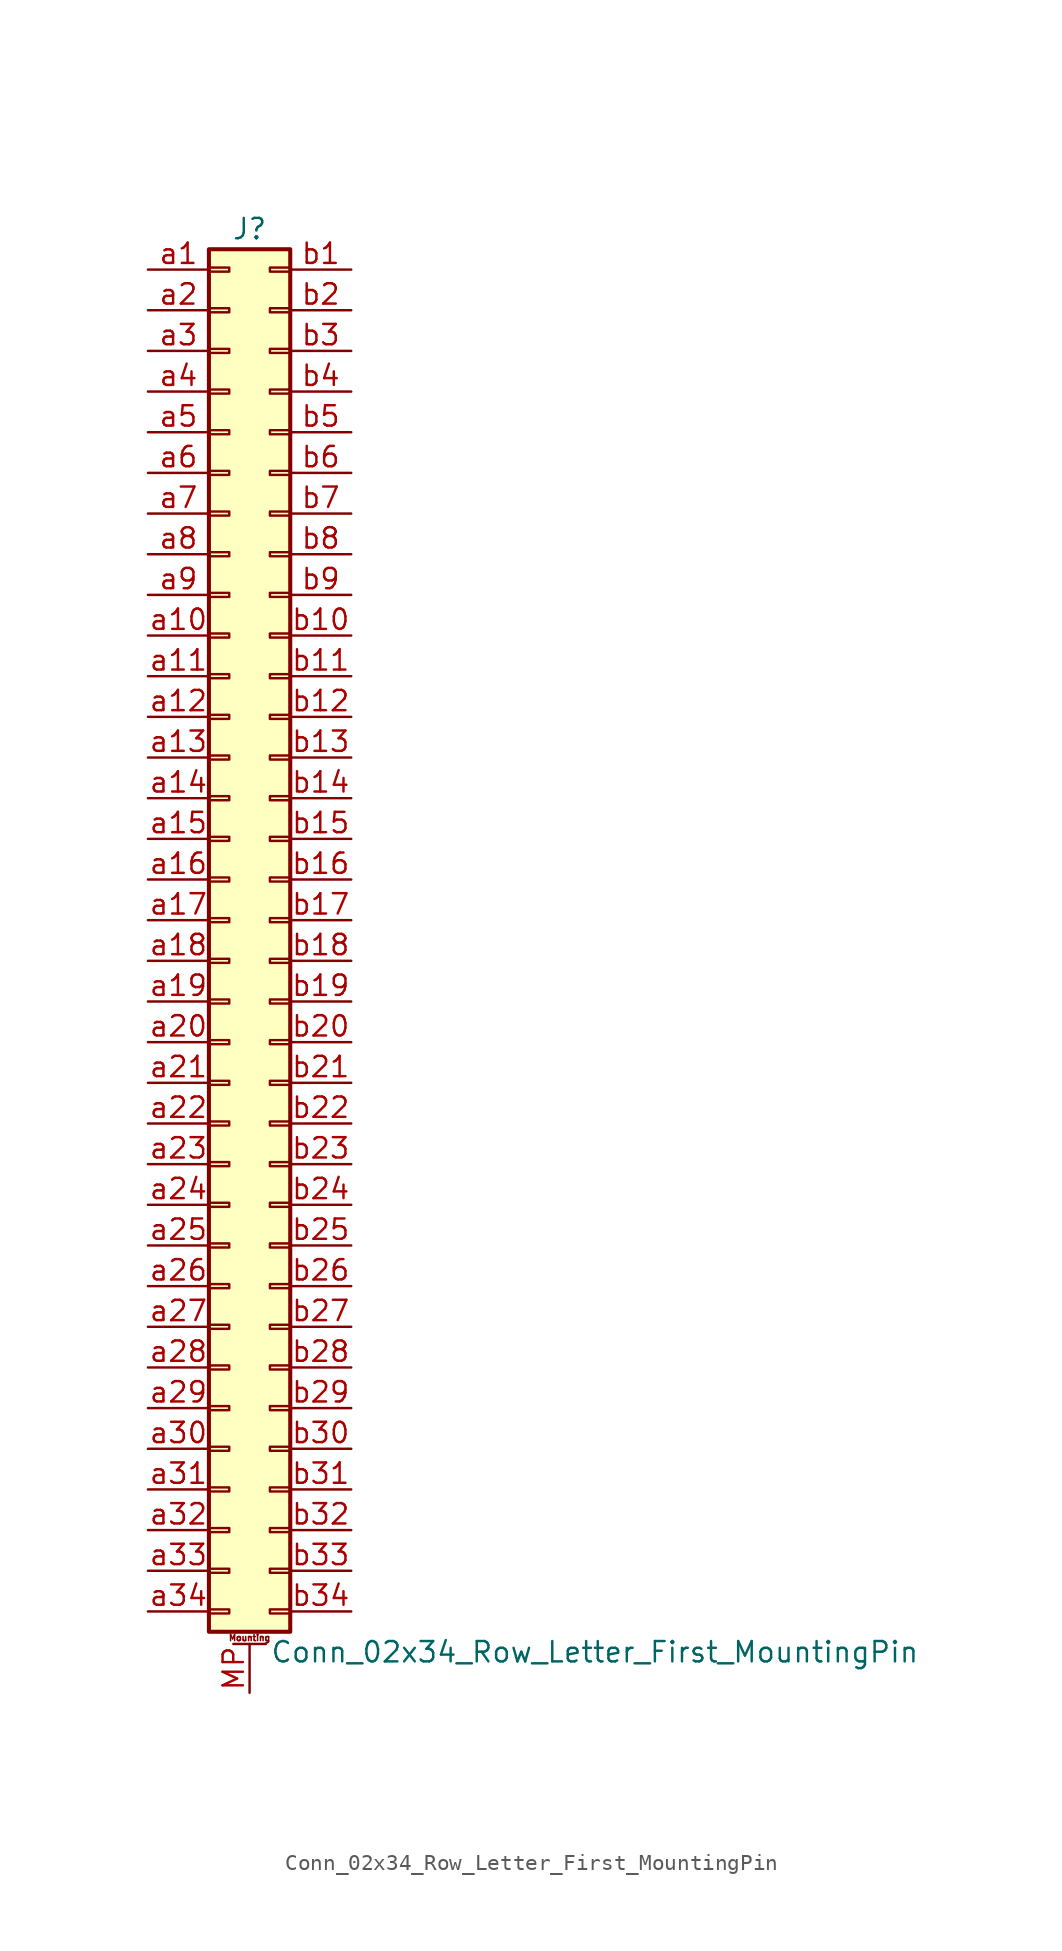
<source format=kicad_sym>
(kicad_symbol_lib
  (version 20211014)
  (generator kicad_symbol_editor)
  (symbol "Conn_02x34_Row_Letter_First_MountingPin"
    (pin_names
      (offset 1.016) hide)
    (property "Reference" "J"
      (at 1.27 43.18 0)
      (effects (font (size 1.27 1.27))))
    (property "Value" "Conn_02x34_Row_Letter_First_MountingPin"
      (at 2.54 -45.72 0)
      (effects (font (size 1.27 1.27)) (justify left)))
    (symbol "Conn_02x34_Row_Letter_First_MountingPin_1_1"
      (rectangle (start -1.27 -43.053) (end 0 -43.307) (stroke (width 0.152) (type default) (color 0 0 0 0)) (fill (type none)))
      (rectangle (start -1.27 -40.513) (end 0 -40.767) (stroke (width 0.152) (type default) (color 0 0 0 0)) (fill (type none)))
      (rectangle (start -1.27 -37.973) (end 0 -38.227) (stroke (width 0.152) (type default) (color 0 0 0 0)) (fill (type none)))
      (rectangle (start -1.27 -35.433) (end 0 -35.687) (stroke (width 0.152) (type default) (color 0 0 0 0)) (fill (type none)))
      (rectangle (start -1.27 -32.893) (end 0 -33.147) (stroke (width 0.152) (type default) (color 0 0 0 0)) (fill (type none)))
      (rectangle (start -1.27 -30.353) (end 0 -30.607) (stroke (width 0.152) (type default) (color 0 0 0 0)) (fill (type none)))
      (rectangle (start -1.27 -27.813) (end 0 -28.067) (stroke (width 0.152) (type default) (color 0 0 0 0)) (fill (type none)))
      (rectangle (start -1.27 -25.273) (end 0 -25.527) (stroke (width 0.152) (type default) (color 0 0 0 0)) (fill (type none)))
      (rectangle (start -1.27 -22.733) (end 0 -22.987) (stroke (width 0.152) (type default) (color 0 0 0 0)) (fill (type none)))
      (rectangle (start -1.27 -20.193) (end 0 -20.447) (stroke (width 0.152) (type default) (color 0 0 0 0)) (fill (type none)))
      (rectangle (start -1.27 -17.653) (end 0 -17.907) (stroke (width 0.152) (type default) (color 0 0 0 0)) (fill (type none)))
      (rectangle (start -1.27 -15.113) (end 0 -15.367) (stroke (width 0.152) (type default) (color 0 0 0 0)) (fill (type none)))
      (rectangle (start -1.27 -12.573) (end 0 -12.827) (stroke (width 0.152) (type default) (color 0 0 0 0)) (fill (type none)))
      (rectangle (start -1.27 -10.033) (end 0 -10.287) (stroke (width 0.152) (type default) (color 0 0 0 0)) (fill (type none)))
      (rectangle (start -1.27 -7.493) (end 0 -7.747) (stroke (width 0.152) (type default) (color 0 0 0 0)) (fill (type none)))
      (rectangle (start -1.27 -4.953) (end 0 -5.207) (stroke (width 0.152) (type default) (color 0 0 0 0)) (fill (type none)))
      (rectangle (start -1.27 -2.413) (end 0 -2.667) (stroke (width 0.152) (type default) (color 0 0 0 0)) (fill (type none)))
      (rectangle (start -1.27 0.127) (end 0 -0.127) (stroke (width 0.152) (type default) (color 0 0 0 0)) (fill (type none)))
      (rectangle (start -1.27 2.667) (end 0 2.413) (stroke (width 0.152) (type default) (color 0 0 0 0)) (fill (type none)))
      (rectangle (start -1.27 5.207) (end 0 4.953) (stroke (width 0.152) (type default) (color 0 0 0 0)) (fill (type none)))
      (rectangle (start -1.27 7.747) (end 0 7.493) (stroke (width 0.152) (type default) (color 0 0 0 0)) (fill (type none)))
      (rectangle (start -1.27 10.287) (end 0 10.033) (stroke (width 0.152) (type default) (color 0 0 0 0)) (fill (type none)))
      (rectangle (start -1.27 12.827) (end 0 12.573) (stroke (width 0.152) (type default) (color 0 0 0 0)) (fill (type none)))
      (rectangle (start -1.27 15.367) (end 0 15.113) (stroke (width 0.152) (type default) (color 0 0 0 0)) (fill (type none)))
      (rectangle (start -1.27 17.907) (end 0 17.653) (stroke (width 0.152) (type default) (color 0 0 0 0)) (fill (type none)))
      (rectangle (start -1.27 20.447) (end 0 20.193) (stroke (width 0.152) (type default) (color 0 0 0 0)) (fill (type none)))
      (rectangle (start -1.27 22.987) (end 0 22.733) (stroke (width 0.152) (type default) (color 0 0 0 0)) (fill (type none)))
      (rectangle (start -1.27 25.527) (end 0 25.273) (stroke (width 0.152) (type default) (color 0 0 0 0)) (fill (type none)))
      (rectangle (start -1.27 28.067) (end 0 27.813) (stroke (width 0.152) (type default) (color 0 0 0 0)) (fill (type none)))
      (rectangle (start -1.27 30.607) (end 0 30.353) (stroke (width 0.152) (type default) (color 0 0 0 0)) (fill (type none)))
      (rectangle (start -1.27 33.147) (end 0 32.893) (stroke (width 0.152) (type default) (color 0 0 0 0)) (fill (type none)))
      (rectangle (start -1.27 35.687) (end 0 35.433) (stroke (width 0.152) (type default) (color 0 0 0 0)) (fill (type none)))
      (rectangle (start -1.27 38.227) (end 0 37.973) (stroke (width 0.152) (type default) (color 0 0 0 0)) (fill (type none)))
      (rectangle (start -1.27 40.767) (end 0 40.513) (stroke (width 0.152) (type default) (color 0 0 0 0)) (fill (type none)))
      (rectangle (start -1.27 41.91) (end 3.81 -44.45) (stroke (width 0.254) (type default) (color 0 0 0 0)) (fill (type background)))
      (polyline (pts (xy 0.254 -45.212) (xy 2.286 -45.212)) (stroke (width 0.152) (type default) (color 0 0 0 0)) (fill (type none)))
      (rectangle (start 3.81 -43.053) (end 2.54 -43.307) (stroke (width 0.152) (type default) (color 0 0 0 0)) (fill (type none)))
      (rectangle (start 3.81 -40.513) (end 2.54 -40.767) (stroke (width 0.152) (type default) (color 0 0 0 0)) (fill (type none)))
      (rectangle (start 3.81 -37.973) (end 2.54 -38.227) (stroke (width 0.152) (type default) (color 0 0 0 0)) (fill (type none)))
      (rectangle (start 3.81 -35.433) (end 2.54 -35.687) (stroke (width 0.152) (type default) (color 0 0 0 0)) (fill (type none)))
      (rectangle (start 3.81 -32.893) (end 2.54 -33.147) (stroke (width 0.152) (type default) (color 0 0 0 0)) (fill (type none)))
      (rectangle (start 3.81 -30.353) (end 2.54 -30.607) (stroke (width 0.152) (type default) (color 0 0 0 0)) (fill (type none)))
      (rectangle (start 3.81 -27.813) (end 2.54 -28.067) (stroke (width 0.152) (type default) (color 0 0 0 0)) (fill (type none)))
      (rectangle (start 3.81 -25.273) (end 2.54 -25.527) (stroke (width 0.152) (type default) (color 0 0 0 0)) (fill (type none)))
      (rectangle (start 3.81 -22.733) (end 2.54 -22.987) (stroke (width 0.152) (type default) (color 0 0 0 0)) (fill (type none)))
      (rectangle (start 3.81 -20.193) (end 2.54 -20.447) (stroke (width 0.152) (type default) (color 0 0 0 0)) (fill (type none)))
      (rectangle (start 3.81 -17.653) (end 2.54 -17.907) (stroke (width 0.152) (type default) (color 0 0 0 0)) (fill (type none)))
      (rectangle (start 3.81 -15.113) (end 2.54 -15.367) (stroke (width 0.152) (type default) (color 0 0 0 0)) (fill (type none)))
      (rectangle (start 3.81 -12.573) (end 2.54 -12.827) (stroke (width 0.152) (type default) (color 0 0 0 0)) (fill (type none)))
      (rectangle (start 3.81 -10.033) (end 2.54 -10.287) (stroke (width 0.152) (type default) (color 0 0 0 0)) (fill (type none)))
      (rectangle (start 3.81 -7.493) (end 2.54 -7.747) (stroke (width 0.152) (type default) (color 0 0 0 0)) (fill (type none)))
      (rectangle (start 3.81 -4.953) (end 2.54 -5.207) (stroke (width 0.152) (type default) (color 0 0 0 0)) (fill (type none)))
      (rectangle (start 3.81 -2.413) (end 2.54 -2.667) (stroke (width 0.152) (type default) (color 0 0 0 0)) (fill (type none)))
      (rectangle (start 3.81 0.127) (end 2.54 -0.127) (stroke (width 0.152) (type default) (color 0 0 0 0)) (fill (type none)))
      (rectangle (start 3.81 2.667) (end 2.54 2.413) (stroke (width 0.152) (type default) (color 0 0 0 0)) (fill (type none)))
      (rectangle (start 3.81 5.207) (end 2.54 4.953) (stroke (width 0.152) (type default) (color 0 0 0 0)) (fill (type none)))
      (rectangle (start 3.81 7.747) (end 2.54 7.493) (stroke (width 0.152) (type default) (color 0 0 0 0)) (fill (type none)))
      (rectangle (start 3.81 10.287) (end 2.54 10.033) (stroke (width 0.152) (type default) (color 0 0 0 0)) (fill (type none)))
      (rectangle (start 3.81 12.827) (end 2.54 12.573) (stroke (width 0.152) (type default) (color 0 0 0 0)) (fill (type none)))
      (rectangle (start 3.81 15.367) (end 2.54 15.113) (stroke (width 0.152) (type default) (color 0 0 0 0)) (fill (type none)))
      (rectangle (start 3.81 17.907) (end 2.54 17.653) (stroke (width 0.152) (type default) (color 0 0 0 0)) (fill (type none)))
      (rectangle (start 3.81 20.447) (end 2.54 20.193) (stroke (width 0.152) (type default) (color 0 0 0 0)) (fill (type none)))
      (rectangle (start 3.81 22.987) (end 2.54 22.733) (stroke (width 0.152) (type default) (color 0 0 0 0)) (fill (type none)))
      (rectangle (start 3.81 25.527) (end 2.54 25.273) (stroke (width 0.152) (type default) (color 0 0 0 0)) (fill (type none)))
      (rectangle (start 3.81 28.067) (end 2.54 27.813) (stroke (width 0.152) (type default) (color 0 0 0 0)) (fill (type none)))
      (rectangle (start 3.81 30.607) (end 2.54 30.353) (stroke (width 0.152) (type default) (color 0 0 0 0)) (fill (type none)))
      (rectangle (start 3.81 33.147) (end 2.54 32.893) (stroke (width 0.152) (type default) (color 0 0 0 0)) (fill (type none)))
      (rectangle (start 3.81 35.687) (end 2.54 35.433) (stroke (width 0.152) (type default) (color 0 0 0 0)) (fill (type none)))
      (rectangle (start 3.81 38.227) (end 2.54 37.973) (stroke (width 0.152) (type default) (color 0 0 0 0)) (fill (type none)))
      (rectangle (start 3.81 40.767) (end 2.54 40.513) (stroke (width 0.152) (type default) (color 0 0 0 0)) (fill (type none)))
      (text "Mounting" (at 1.27 -44.831 0) (effects (font (size 0.381 0.381))))
      (pin passive line (at 1.27 -48.26 90) (length 3.048) (name "MountPin" (effects (font (size 1.27 1.27)))) (number "MP" (effects (font (size 1.27 1.27)))))
      (pin passive line (at -5.08 40.64 0) (length 3.81) (name "Pin_a1" (effects (font (size 1.27 1.27)))) (number "a1" (effects (font (size 1.27 1.27)))))
      (pin passive line (at -5.08 17.78 0) (length 3.81) (name "Pin_a10" (effects (font (size 1.27 1.27)))) (number "a10" (effects (font (size 1.27 1.27)))))
      (pin passive line (at -5.08 15.24 0) (length 3.81) (name "Pin_a11" (effects (font (size 1.27 1.27)))) (number "a11" (effects (font (size 1.27 1.27)))))
      (pin passive line (at -5.08 12.7 0) (length 3.81) (name "Pin_a12" (effects (font (size 1.27 1.27)))) (number "a12" (effects (font (size 1.27 1.27)))))
      (pin passive line (at -5.08 10.16 0) (length 3.81) (name "Pin_a13" (effects (font (size 1.27 1.27)))) (number "a13" (effects (font (size 1.27 1.27)))))
      (pin passive line (at -5.08 7.62 0) (length 3.81) (name "Pin_a14" (effects (font (size 1.27 1.27)))) (number "a14" (effects (font (size 1.27 1.27)))))
      (pin passive line (at -5.08 5.08 0) (length 3.81) (name "Pin_a15" (effects (font (size 1.27 1.27)))) (number "a15" (effects (font (size 1.27 1.27)))))
      (pin passive line (at -5.08 2.54 0) (length 3.81) (name "Pin_a16" (effects (font (size 1.27 1.27)))) (number "a16" (effects (font (size 1.27 1.27)))))
      (pin passive line (at -5.08 0 0) (length 3.81) (name "Pin_a17" (effects (font (size 1.27 1.27)))) (number "a17" (effects (font (size 1.27 1.27)))))
      (pin passive line (at -5.08 -2.54 0) (length 3.81) (name "Pin_a18" (effects (font (size 1.27 1.27)))) (number "a18" (effects (font (size 1.27 1.27)))))
      (pin passive line (at -5.08 -5.08 0) (length 3.81) (name "Pin_a19" (effects (font (size 1.27 1.27)))) (number "a19" (effects (font (size 1.27 1.27)))))
      (pin passive line (at -5.08 38.1 0) (length 3.81) (name "Pin_a2" (effects (font (size 1.27 1.27)))) (number "a2" (effects (font (size 1.27 1.27)))))
      (pin passive line (at -5.08 -7.62 0) (length 3.81) (name "Pin_a20" (effects (font (size 1.27 1.27)))) (number "a20" (effects (font (size 1.27 1.27)))))
      (pin passive line (at -5.08 -10.16 0) (length 3.81) (name "Pin_a21" (effects (font (size 1.27 1.27)))) (number "a21" (effects (font (size 1.27 1.27)))))
      (pin passive line (at -5.08 -12.7 0) (length 3.81) (name "Pin_a22" (effects (font (size 1.27 1.27)))) (number "a22" (effects (font (size 1.27 1.27)))))
      (pin passive line (at -5.08 -15.24 0) (length 3.81) (name "Pin_a23" (effects (font (size 1.27 1.27)))) (number "a23" (effects (font (size 1.27 1.27)))))
      (pin passive line (at -5.08 -17.78 0) (length 3.81) (name "Pin_a24" (effects (font (size 1.27 1.27)))) (number "a24" (effects (font (size 1.27 1.27)))))
      (pin passive line (at -5.08 -20.32 0) (length 3.81) (name "Pin_a25" (effects (font (size 1.27 1.27)))) (number "a25" (effects (font (size 1.27 1.27)))))
      (pin passive line (at -5.08 -22.86 0) (length 3.81) (name "Pin_a26" (effects (font (size 1.27 1.27)))) (number "a26" (effects (font (size 1.27 1.27)))))
      (pin passive line (at -5.08 -25.4 0) (length 3.81) (name "Pin_a27" (effects (font (size 1.27 1.27)))) (number "a27" (effects (font (size 1.27 1.27)))))
      (pin passive line (at -5.08 -27.94 0) (length 3.81) (name "Pin_a28" (effects (font (size 1.27 1.27)))) (number "a28" (effects (font (size 1.27 1.27)))))
      (pin passive line (at -5.08 -30.48 0) (length 3.81) (name "Pin_a29" (effects (font (size 1.27 1.27)))) (number "a29" (effects (font (size 1.27 1.27)))))
      (pin passive line (at -5.08 35.56 0) (length 3.81) (name "Pin_a3" (effects (font (size 1.27 1.27)))) (number "a3" (effects (font (size 1.27 1.27)))))
      (pin passive line (at -5.08 -33.02 0) (length 3.81) (name "Pin_a30" (effects (font (size 1.27 1.27)))) (number "a30" (effects (font (size 1.27 1.27)))))
      (pin passive line (at -5.08 -35.56 0) (length 3.81) (name "Pin_a31" (effects (font (size 1.27 1.27)))) (number "a31" (effects (font (size 1.27 1.27)))))
      (pin passive line (at -5.08 -38.1 0) (length 3.81) (name "Pin_a32" (effects (font (size 1.27 1.27)))) (number "a32" (effects (font (size 1.27 1.27)))))
      (pin passive line (at -5.08 -40.64 0) (length 3.81) (name "Pin_a33" (effects (font (size 1.27 1.27)))) (number "a33" (effects (font (size 1.27 1.27)))))
      (pin passive line (at -5.08 -43.18 0) (length 3.81) (name "Pin_a34" (effects (font (size 1.27 1.27)))) (number "a34" (effects (font (size 1.27 1.27)))))
      (pin passive line (at -5.08 33.02 0) (length 3.81) (name "Pin_a4" (effects (font (size 1.27 1.27)))) (number "a4" (effects (font (size 1.27 1.27)))))
      (pin passive line (at -5.08 30.48 0) (length 3.81) (name "Pin_a5" (effects (font (size 1.27 1.27)))) (number "a5" (effects (font (size 1.27 1.27)))))
      (pin passive line (at -5.08 27.94 0) (length 3.81) (name "Pin_a6" (effects (font (size 1.27 1.27)))) (number "a6" (effects (font (size 1.27 1.27)))))
      (pin passive line (at -5.08 25.4 0) (length 3.81) (name "Pin_a7" (effects (font (size 1.27 1.27)))) (number "a7" (effects (font (size 1.27 1.27)))))
      (pin passive line (at -5.08 22.86 0) (length 3.81) (name "Pin_a8" (effects (font (size 1.27 1.27)))) (number "a8" (effects (font (size 1.27 1.27)))))
      (pin passive line (at -5.08 20.32 0) (length 3.81) (name "Pin_a9" (effects (font (size 1.27 1.27)))) (number "a9" (effects (font (size 1.27 1.27)))))
      (pin passive line (at 7.62 40.64 180) (length 3.81) (name "Pin_b1" (effects (font (size 1.27 1.27)))) (number "b1" (effects (font (size 1.27 1.27)))))
      (pin passive line (at 7.62 17.78 180) (length 3.81) (name "Pin_b10" (effects (font (size 1.27 1.27)))) (number "b10" (effects (font (size 1.27 1.27)))))
      (pin passive line (at 7.62 15.24 180) (length 3.81) (name "Pin_b11" (effects (font (size 1.27 1.27)))) (number "b11" (effects (font (size 1.27 1.27)))))
      (pin passive line (at 7.62 12.7 180) (length 3.81) (name "Pin_b12" (effects (font (size 1.27 1.27)))) (number "b12" (effects (font (size 1.27 1.27)))))
      (pin passive line (at 7.62 10.16 180) (length 3.81) (name "Pin_b13" (effects (font (size 1.27 1.27)))) (number "b13" (effects (font (size 1.27 1.27)))))
      (pin passive line (at 7.62 7.62 180) (length 3.81) (name "Pin_b14" (effects (font (size 1.27 1.27)))) (number "b14" (effects (font (size 1.27 1.27)))))
      (pin passive line (at 7.62 5.08 180) (length 3.81) (name "Pin_b15" (effects (font (size 1.27 1.27)))) (number "b15" (effects (font (size 1.27 1.27)))))
      (pin passive line (at 7.62 2.54 180) (length 3.81) (name "Pin_b16" (effects (font (size 1.27 1.27)))) (number "b16" (effects (font (size 1.27 1.27)))))
      (pin passive line (at 7.62 0 180) (length 3.81) (name "Pin_b17" (effects (font (size 1.27 1.27)))) (number "b17" (effects (font (size 1.27 1.27)))))
      (pin passive line (at 7.62 -2.54 180) (length 3.81) (name "Pin_b18" (effects (font (size 1.27 1.27)))) (number "b18" (effects (font (size 1.27 1.27)))))
      (pin passive line (at 7.62 -5.08 180) (length 3.81) (name "Pin_b19" (effects (font (size 1.27 1.27)))) (number "b19" (effects (font (size 1.27 1.27)))))
      (pin passive line (at 7.62 38.1 180) (length 3.81) (name "Pin_b2" (effects (font (size 1.27 1.27)))) (number "b2" (effects (font (size 1.27 1.27)))))
      (pin passive line (at 7.62 -7.62 180) (length 3.81) (name "Pin_b20" (effects (font (size 1.27 1.27)))) (number "b20" (effects (font (size 1.27 1.27)))))
      (pin passive line (at 7.62 -10.16 180) (length 3.81) (name "Pin_b21" (effects (font (size 1.27 1.27)))) (number "b21" (effects (font (size 1.27 1.27)))))
      (pin passive line (at 7.62 -12.7 180) (length 3.81) (name "Pin_b22" (effects (font (size 1.27 1.27)))) (number "b22" (effects (font (size 1.27 1.27)))))
      (pin passive line (at 7.62 -15.24 180) (length 3.81) (name "Pin_b23" (effects (font (size 1.27 1.27)))) (number "b23" (effects (font (size 1.27 1.27)))))
      (pin passive line (at 7.62 -17.78 180) (length 3.81) (name "Pin_b24" (effects (font (size 1.27 1.27)))) (number "b24" (effects (font (size 1.27 1.27)))))
      (pin passive line (at 7.62 -20.32 180) (length 3.81) (name "Pin_b25" (effects (font (size 1.27 1.27)))) (number "b25" (effects (font (size 1.27 1.27)))))
      (pin passive line (at 7.62 -22.86 180) (length 3.81) (name "Pin_b26" (effects (font (size 1.27 1.27)))) (number "b26" (effects (font (size 1.27 1.27)))))
      (pin passive line (at 7.62 -25.4 180) (length 3.81) (name "Pin_b27" (effects (font (size 1.27 1.27)))) (number "b27" (effects (font (size 1.27 1.27)))))
      (pin passive line (at 7.62 -27.94 180) (length 3.81) (name "Pin_b28" (effects (font (size 1.27 1.27)))) (number "b28" (effects (font (size 1.27 1.27)))))
      (pin passive line (at 7.62 -30.48 180) (length 3.81) (name "Pin_b29" (effects (font (size 1.27 1.27)))) (number "b29" (effects (font (size 1.27 1.27)))))
      (pin passive line (at 7.62 35.56 180) (length 3.81) (name "Pin_b3" (effects (font (size 1.27 1.27)))) (number "b3" (effects (font (size 1.27 1.27)))))
      (pin passive line (at 7.62 -33.02 180) (length 3.81) (name "Pin_b30" (effects (font (size 1.27 1.27)))) (number "b30" (effects (font (size 1.27 1.27)))))
      (pin passive line (at 7.62 -35.56 180) (length 3.81) (name "Pin_b31" (effects (font (size 1.27 1.27)))) (number "b31" (effects (font (size 1.27 1.27)))))
      (pin passive line (at 7.62 -38.1 180) (length 3.81) (name "Pin_b32" (effects (font (size 1.27 1.27)))) (number "b32" (effects (font (size 1.27 1.27)))))
      (pin passive line (at 7.62 -40.64 180) (length 3.81) (name "Pin_b33" (effects (font (size 1.27 1.27)))) (number "b33" (effects (font (size 1.27 1.27)))))
      (pin passive line (at 7.62 -43.18 180) (length 3.81) (name "Pin_b34" (effects (font (size 1.27 1.27)))) (number "b34" (effects (font (size 1.27 1.27)))))
      (pin passive line (at 7.62 33.02 180) (length 3.81) (name "Pin_b4" (effects (font (size 1.27 1.27)))) (number "b4" (effects (font (size 1.27 1.27)))))
      (pin passive line (at 7.62 30.48 180) (length 3.81) (name "Pin_b5" (effects (font (size 1.27 1.27)))) (number "b5" (effects (font (size 1.27 1.27)))))
      (pin passive line (at 7.62 27.94 180) (length 3.81) (name "Pin_b6" (effects (font (size 1.27 1.27)))) (number "b6" (effects (font (size 1.27 1.27)))))
      (pin passive line (at 7.62 25.4 180) (length 3.81) (name "Pin_b7" (effects (font (size 1.27 1.27)))) (number "b7" (effects (font (size 1.27 1.27)))))
      (pin passive line (at 7.62 22.86 180) (length 3.81) (name "Pin_b8" (effects (font (size 1.27 1.27)))) (number "b8" (effects (font (size 1.27 1.27)))))
      (pin passive line (at 7.62 20.32 180) (length 3.81) (name "Pin_b9" (effects (font (size 1.27 1.27)))) (number "b9" (effects (font (size 1.27 1.27))))))))
</source>
